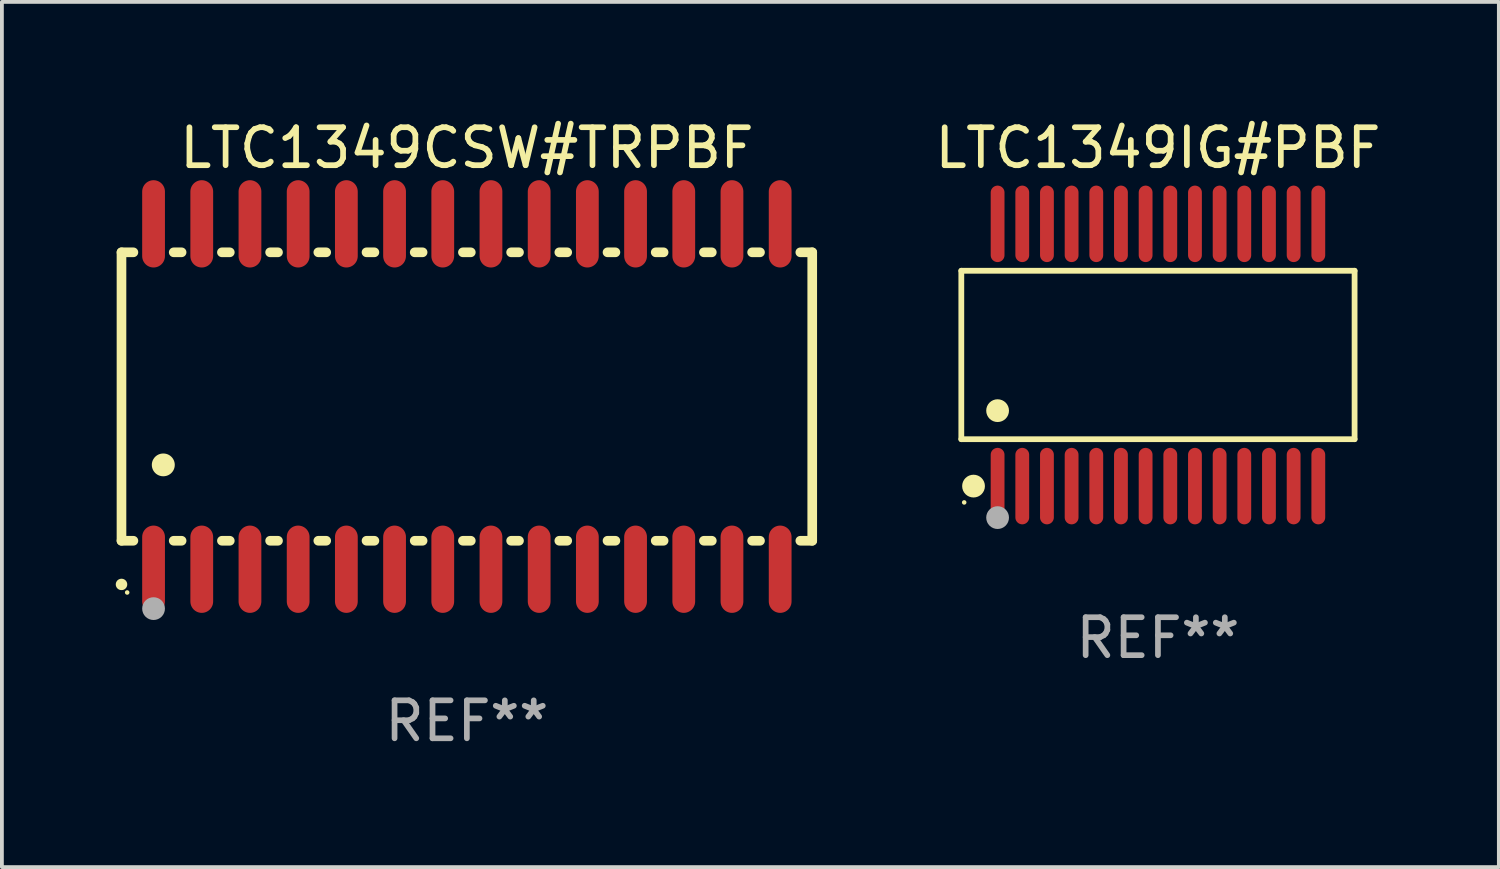
<source format=kicad_pcb>
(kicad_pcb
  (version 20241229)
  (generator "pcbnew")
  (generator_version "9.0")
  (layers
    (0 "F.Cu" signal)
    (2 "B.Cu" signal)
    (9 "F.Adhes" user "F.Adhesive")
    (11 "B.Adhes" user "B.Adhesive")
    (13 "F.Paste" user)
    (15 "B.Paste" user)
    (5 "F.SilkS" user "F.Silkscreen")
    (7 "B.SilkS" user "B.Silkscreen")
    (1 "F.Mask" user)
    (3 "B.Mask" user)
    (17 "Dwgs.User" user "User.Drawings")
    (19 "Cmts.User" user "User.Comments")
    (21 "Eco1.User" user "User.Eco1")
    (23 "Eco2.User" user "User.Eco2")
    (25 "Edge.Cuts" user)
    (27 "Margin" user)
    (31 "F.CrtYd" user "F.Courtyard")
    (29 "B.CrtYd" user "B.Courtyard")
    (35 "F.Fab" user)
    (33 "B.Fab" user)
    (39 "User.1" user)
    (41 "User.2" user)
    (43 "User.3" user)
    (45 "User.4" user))
  (footprint "LTC1349IG#PBF"
    (layer "F.Cu")
    (at 27.46 6.303)
    (property "Reference" "LTC1349IG#PBF" (at 0 -5.455 0) (layer "F.SilkS") (effects (font (size 1 1) (thickness 0.15))))
    (attr through_hole)
    (fp_line (start -5.181 -2.219) (end 5.181 -2.219) (stroke (width 0.152) (type solid)) (layer "F.SilkS"))
    (fp_line (start -5.181 2.219) (end -5.181 -2.219) (stroke (width 0.152) (type solid)) (layer "F.SilkS"))
    (fp_line (start 5.181 -2.219) (end 5.181 2.219) (stroke (width 0.152) (type solid)) (layer "F.SilkS"))
    (fp_line (start 5.181 2.219) (end -5.181 2.219) (stroke (width 0.152) (type solid)) (layer "F.SilkS"))
    (fp_circle (center -5.105 3.885) (end -5.075 3.885) (stroke (width 0.06) (type solid)) (fill no) (layer "F.SilkS"))
    (fp_circle (center -4.859 3.455) (end -4.709 3.455) (stroke (width 0.3) (type solid)) (fill no) (layer "F.SilkS"))
    (fp_circle (center -4.225 1.467) (end -4.075 1.467) (stroke (width 0.3) (type solid)) (fill no) (layer "F.SilkS"))
    (fp_circle (center -4.225 4.285) (end -4.075 4.285) (stroke (width 0.3) (type solid)) (fill no) (layer "F.Fab"))
    (fp_text user "REF**" (at 0 7.455 0) (layer "F.Fab") (effects (font (size 1 1) (thickness 0.15))))
    (pad "1" smd oval (at -4.225 3.455) (size 0.364 2.015) (layers "F.Cu" "F.Mask" "F.Paste"))
    (pad "2" smd oval (at -3.575 3.455) (size 0.364 2.015) (layers "F.Cu" "F.Mask" "F.Paste"))
    (pad "3" smd oval (at -2.925 3.455) (size 0.364 2.015) (layers "F.Cu" "F.Mask" "F.Paste"))
    (pad "4" smd oval (at -2.275 3.455) (size 0.364 2.015) (layers "F.Cu" "F.Mask" "F.Paste"))
    (pad "5" smd oval (at -1.625 3.455) (size 0.364 2.015) (layers "F.Cu" "F.Mask" "F.Paste"))
    (pad "6" smd oval (at -0.975 3.455) (size 0.364 2.015) (layers "F.Cu" "F.Mask" "F.Paste"))
    (pad "7" smd oval (at -0.325 3.455) (size 0.364 2.015) (layers "F.Cu" "F.Mask" "F.Paste"))
    (pad "8" smd oval (at 0.325 3.455) (size 0.364 2.015) (layers "F.Cu" "F.Mask" "F.Paste"))
    (pad "9" smd oval (at 0.975 3.455) (size 0.364 2.015) (layers "F.Cu" "F.Mask" "F.Paste"))
    (pad "10" smd oval (at 1.625 3.455) (size 0.364 2.015) (layers "F.Cu" "F.Mask" "F.Paste"))
    (pad "11" smd oval (at 2.275 3.455) (size 0.364 2.015) (layers "F.Cu" "F.Mask" "F.Paste"))
    (pad "12" smd oval (at 2.925 3.455) (size 0.364 2.015) (layers "F.Cu" "F.Mask" "F.Paste"))
    (pad "13" smd oval (at 3.575 3.455) (size 0.364 2.015) (layers "F.Cu" "F.Mask" "F.Paste"))
    (pad "14" smd oval (at 4.225 3.455) (size 0.364 2.015) (layers "F.Cu" "F.Mask" "F.Paste"))
    (pad "15" smd oval (at 4.225 -3.455) (size 0.364 2.015) (layers "F.Cu" "F.Mask" "F.Paste"))
    (pad "16" smd oval (at 3.575 -3.455) (size 0.364 2.015) (layers "F.Cu" "F.Mask" "F.Paste"))
    (pad "17" smd oval (at 2.925 -3.455) (size 0.364 2.015) (layers "F.Cu" "F.Mask" "F.Paste"))
    (pad "18" smd oval (at 2.275 -3.455) (size 0.364 2.015) (layers "F.Cu" "F.Mask" "F.Paste"))
    (pad "19" smd oval (at 1.625 -3.455) (size 0.364 2.015) (layers "F.Cu" "F.Mask" "F.Paste"))
    (pad "20" smd oval (at 0.975 -3.455) (size 0.364 2.015) (layers "F.Cu" "F.Mask" "F.Paste"))
    (pad "21" smd oval (at 0.325 -3.455) (size 0.364 2.015) (layers "F.Cu" "F.Mask" "F.Paste"))
    (pad "22" smd oval (at -0.325 -3.455) (size 0.364 2.015) (layers "F.Cu" "F.Mask" "F.Paste"))
    (pad "23" smd oval (at -0.975 -3.455) (size 0.364 2.015) (layers "F.Cu" "F.Mask" "F.Paste"))
    (pad "24" smd oval (at -1.625 -3.455) (size 0.364 2.015) (layers "F.Cu" "F.Mask" "F.Paste"))
    (pad "25" smd oval (at -2.275 -3.455) (size 0.364 2.015) (layers "F.Cu" "F.Mask" "F.Paste"))
    (pad "26" smd oval (at -2.925 -3.455) (size 0.364 2.015) (layers "F.Cu" "F.Mask" "F.Paste"))
    (pad "27" smd oval (at -3.575 -3.455) (size 0.364 2.015) (layers "F.Cu" "F.Mask" "F.Paste"))
    (pad "28" smd oval (at -4.225 -3.455) (size 0.364 2.015) (layers "F.Cu" "F.Mask" "F.Paste")))
  (footprint "LTC1349CSW#TRPBF"
    (layer "F.Cu")
    (at 9.251 7.398)
    (property "Reference" "LTC1349CSW#TRPBF" (at 0 -6.55 0) (layer "F.SilkS") (effects (font (size 1 1) (thickness 0.15))))
    (attr through_hole)
    (fp_line (start -9.1 -3.8) (end -9.1 3.8) (stroke (width 0.254) (type solid)) (layer "F.SilkS"))
    (fp_line (start -9.1 -3.8) (end -8.786 -3.8) (stroke (width 0.254) (type solid)) (layer "F.SilkS"))
    (fp_line (start -9.1 3.8) (end -8.786 3.8) (stroke (width 0.254) (type solid)) (layer "F.SilkS"))
    (fp_line (start -7.724 -3.8) (end -7.516 -3.8) (stroke (width 0.254) (type solid)) (layer "F.SilkS"))
    (fp_line (start -7.724 3.8) (end -7.516 3.8) (stroke (width 0.254) (type solid)) (layer "F.SilkS"))
    (fp_line (start -6.454 -3.8) (end -6.246 -3.8) (stroke (width 0.254) (type solid)) (layer "F.SilkS"))
    (fp_line (start -6.454 3.8) (end -6.246 3.8) (stroke (width 0.254) (type solid)) (layer "F.SilkS"))
    (fp_line (start -5.184 -3.8) (end -4.976 -3.8) (stroke (width 0.254) (type solid)) (layer "F.SilkS"))
    (fp_line (start -5.184 3.8) (end -4.976 3.8) (stroke (width 0.254) (type solid)) (layer "F.SilkS"))
    (fp_line (start -3.914 -3.8) (end -3.706 -3.8) (stroke (width 0.254) (type solid)) (layer "F.SilkS"))
    (fp_line (start -3.914 3.8) (end -3.706 3.8) (stroke (width 0.254) (type solid)) (layer "F.SilkS"))
    (fp_line (start -2.644 -3.8) (end -2.436 -3.8) (stroke (width 0.254) (type solid)) (layer "F.SilkS"))
    (fp_line (start -2.644 3.8) (end -2.436 3.8) (stroke (width 0.254) (type solid)) (layer "F.SilkS"))
    (fp_line (start -1.374 -3.8) (end -1.166 -3.8) (stroke (width 0.254) (type solid)) (layer "F.SilkS"))
    (fp_line (start -1.374 3.8) (end -1.166 3.8) (stroke (width 0.254) (type solid)) (layer "F.SilkS"))
    (fp_line (start -0.104 -3.8) (end 0.104 -3.8) (stroke (width 0.254) (type solid)) (layer "F.SilkS"))
    (fp_line (start -0.104 3.8) (end 0.104 3.8) (stroke (width 0.254) (type solid)) (layer "F.SilkS"))
    (fp_line (start 1.166 -3.8) (end 1.374 -3.8) (stroke (width 0.254) (type solid)) (layer "F.SilkS"))
    (fp_line (start 1.166 3.8) (end 1.374 3.8) (stroke (width 0.254) (type solid)) (layer "F.SilkS"))
    (fp_line (start 2.436 -3.8) (end 2.644 -3.8) (stroke (width 0.254) (type solid)) (layer "F.SilkS"))
    (fp_line (start 2.436 3.8) (end 2.644 3.8) (stroke (width 0.254) (type solid)) (layer "F.SilkS"))
    (fp_line (start 3.706 -3.8) (end 3.914 -3.8) (stroke (width 0.254) (type solid)) (layer "F.SilkS"))
    (fp_line (start 3.706 3.8) (end 3.914 3.8) (stroke (width 0.254) (type solid)) (layer "F.SilkS"))
    (fp_line (start 4.976 -3.8) (end 5.184 -3.8) (stroke (width 0.254) (type solid)) (layer "F.SilkS"))
    (fp_line (start 4.976 3.8) (end 5.184 3.8) (stroke (width 0.254) (type solid)) (layer "F.SilkS"))
    (fp_line (start 6.246 -3.8) (end 6.454 -3.8) (stroke (width 0.254) (type solid)) (layer "F.SilkS"))
    (fp_line (start 6.246 3.8) (end 6.454 3.8) (stroke (width 0.254) (type solid)) (layer "F.SilkS"))
    (fp_line (start 7.516 -3.8) (end 7.724 -3.8) (stroke (width 0.254) (type solid)) (layer "F.SilkS"))
    (fp_line (start 7.516 3.8) (end 7.724 3.8) (stroke (width 0.254) (type solid)) (layer "F.SilkS"))
    (fp_line (start 8.786 -3.8) (end 9.1 -3.8) (stroke (width 0.254) (type solid)) (layer "F.SilkS"))
    (fp_line (start 8.786 3.8) (end 9.1 3.8) (stroke (width 0.254) (type solid)) (layer "F.SilkS"))
    (fp_line (start 9.1 -3.8) (end 9.1 3.8) (stroke (width 0.254) (type solid)) (layer "F.SilkS"))
    (fp_arc (start -9.100864 4.95047) (mid -9.099594 4.950465) (end -9.098324 4.95047) (stroke (width 0.3) (type solid)) (layer "F.SilkS"))
    (fp_arc (start -8.001041 1.800864) (mid -7.998501 1.800853) (end -7.995961 1.800864) (stroke (width 0.6) (type solid)) (layer "F.SilkS"))
    (fp_circle (center -8.95 5.163) (end -8.92 5.163) (stroke (width 0.06) (type solid)) (fill no) (layer "F.SilkS"))
    (fp_circle (center -8.255 5.588) (end -8.105 5.588) (stroke (width 0.3) (type solid)) (fill no) (layer "F.Fab"))
    (fp_text user "REF**" (at 0 8.55 0) (layer "F.Fab") (effects (font (size 1 1) (thickness 0.15))))
    (pad "1" smd oval (at -8.255 4.55 180) (size 0.6 2.3) (layers "F.Cu" "F.Mask" "F.Paste"))
    (pad "2" smd oval (at -6.985 4.55 180) (size 0.6 2.3) (layers "F.Cu" "F.Mask" "F.Paste"))
    (pad "3" smd oval (at -5.715 4.55 180) (size 0.6 2.3) (layers "F.Cu" "F.Mask" "F.Paste"))
    (pad "4" smd oval (at -4.445 4.55 180) (size 0.6 2.3) (layers "F.Cu" "F.Mask" "F.Paste"))
    (pad "5" smd oval (at -3.175 4.55 180) (size 0.6 2.3) (layers "F.Cu" "F.Mask" "F.Paste"))
    (pad "6" smd oval (at -1.905 4.55 180) (size 0.6 2.3) (layers "F.Cu" "F.Mask" "F.Paste"))
    (pad "7" smd oval (at -0.635 4.55 180) (size 0.6 2.3) (layers "F.Cu" "F.Mask" "F.Paste"))
    (pad "8" smd oval (at 0.635 4.55 180) (size 0.6 2.3) (layers "F.Cu" "F.Mask" "F.Paste"))
    (pad "9" smd oval (at 1.905 4.55 180) (size 0.6 2.3) (layers "F.Cu" "F.Mask" "F.Paste"))
    (pad "10" smd oval (at 3.175 4.55 180) (size 0.6 2.3) (layers "F.Cu" "F.Mask" "F.Paste"))
    (pad "11" smd oval (at 4.445 4.55 180) (size 0.6 2.3) (layers "F.Cu" "F.Mask" "F.Paste"))
    (pad "12" smd oval (at 5.715 4.55 180) (size 0.6 2.3) (layers "F.Cu" "F.Mask" "F.Paste"))
    (pad "13" smd oval (at 6.985 4.55 180) (size 0.6 2.3) (layers "F.Cu" "F.Mask" "F.Paste"))
    (pad "14" smd oval (at 8.255 4.55 180) (size 0.6 2.3) (layers "F.Cu" "F.Mask" "F.Paste"))
    (pad "15" smd oval (at 8.255 -4.55 180) (size 0.6 2.3) (layers "F.Cu" "F.Mask" "F.Paste"))
    (pad "16" smd oval (at 6.985 -4.55 180) (size 0.6 2.3) (layers "F.Cu" "F.Mask" "F.Paste"))
    (pad "17" smd oval (at 5.715 -4.55 180) (size 0.6 2.3) (layers "F.Cu" "F.Mask" "F.Paste"))
    (pad "18" smd oval (at 4.445 -4.55 180) (size 0.6 2.3) (layers "F.Cu" "F.Mask" "F.Paste"))
    (pad "19" smd oval (at 3.175 -4.55 180) (size 0.6 2.3) (layers "F.Cu" "F.Mask" "F.Paste"))
    (pad "20" smd oval (at 1.905 -4.55 180) (size 0.6 2.3) (layers "F.Cu" "F.Mask" "F.Paste"))
    (pad "21" smd oval (at 0.635 -4.55 180) (size 0.6 2.3) (layers "F.Cu" "F.Mask" "F.Paste"))
    (pad "22" smd oval (at -0.635 -4.55 180) (size 0.6 2.3) (layers "F.Cu" "F.Mask" "F.Paste"))
    (pad "23" smd oval (at -1.905 -4.55 180) (size 0.6 2.3) (layers "F.Cu" "F.Mask" "F.Paste"))
    (pad "24" smd oval (at -3.175 -4.55 180) (size 0.6 2.3) (layers "F.Cu" "F.Mask" "F.Paste"))
    (pad "25" smd oval (at -4.445 -4.55 180) (size 0.6 2.3) (layers "F.Cu" "F.Mask" "F.Paste"))
    (pad "26" smd oval (at -5.715 -4.55 180) (size 0.6 2.3) (layers "F.Cu" "F.Mask" "F.Paste"))
    (pad "27" smd oval (at -6.985 -4.55 180) (size 0.6 2.3) (layers "F.Cu" "F.Mask" "F.Paste"))
    (pad "28" smd oval (at -8.255 -4.55 180) (size 0.6 2.3) (layers "F.Cu" "F.Mask" "F.Paste")))
  (gr_rect
    (start -3 -3)
    (end 36.442 19.796)
    (stroke (width 0.1) (type default))
    (fill no)
    (layer "Edge.Cuts")))
</source>
